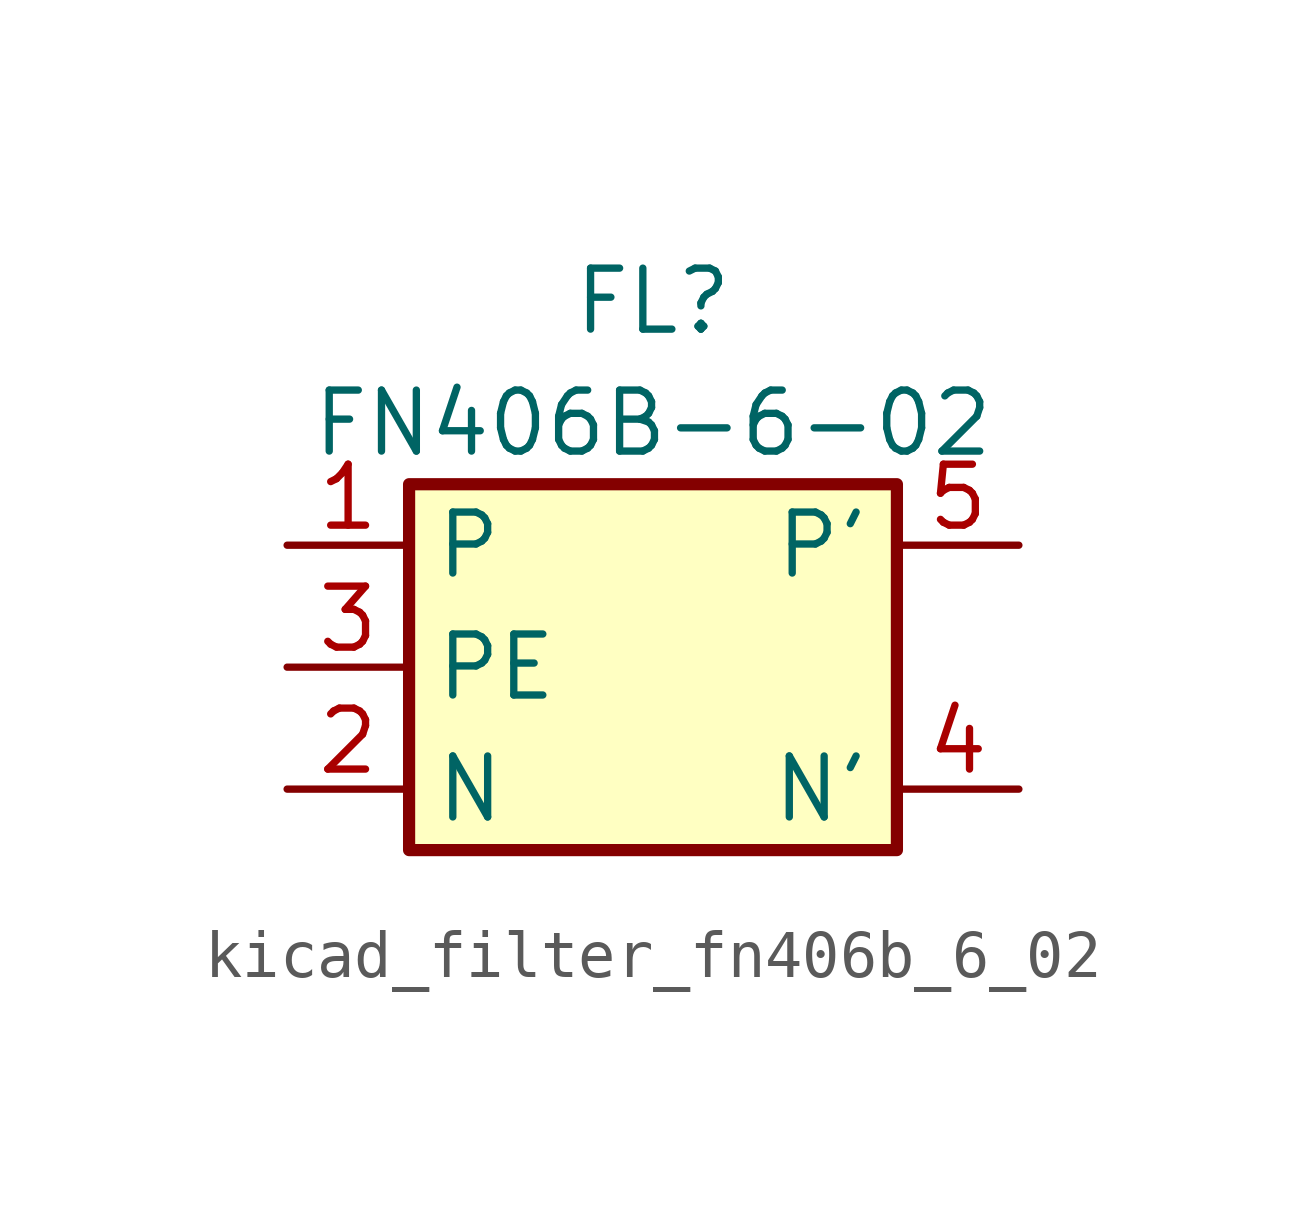
<source format=kicad_sym>
(kicad_symbol_lib
  (version 20220914)
  (generator kicad_symbol_editor)
  (symbol "kicad_filter_fn406b_6_02"
    (property "Reference" "FL"
      (at 0 7.62 0)
      (effects (font (size 1.27 1.27))))
    (property "Value" "FN406B-6-02"
      (at 0 5.08 0)
      (effects (font (size 1.27 1.27))))
    (symbol "kicad_filter_fn406b_6_02_0_1"
      (rectangle (start -5.08 3.81) (end 5.08 -3.81) (stroke (width 0.254) (type default)) (fill (type background))))
    (symbol "kicad_filter_fn406b_6_02_1_1"
      (pin passive line (at -7.62 2.54 0) (length 2.54) (name "P" (effects (font (size 1.27 1.27)))) (number "1" (effects (font (size 1.27 1.27)))))
      (pin passive line (at -7.62 -2.54 0) (length 2.54) (name "N" (effects (font (size 1.27 1.27)))) (number "2" (effects (font (size 1.27 1.27)))))
      (pin passive line (at -7.62 0 0) (length 2.54) (name "PE" (effects (font (size 1.27 1.27)))) (number "3" (effects (font (size 1.27 1.27)))))
      (pin passive line (at 7.62 -2.54 180) (length 2.54) (name "N'" (effects (font (size 1.27 1.27)))) (number "4" (effects (font (size 1.27 1.27)))))
      (pin passive line (at 7.62 2.54 180) (length 2.54) (name "P'" (effects (font (size 1.27 1.27)))) (number "5" (effects (font (size 1.27 1.27))))))))
</source>
